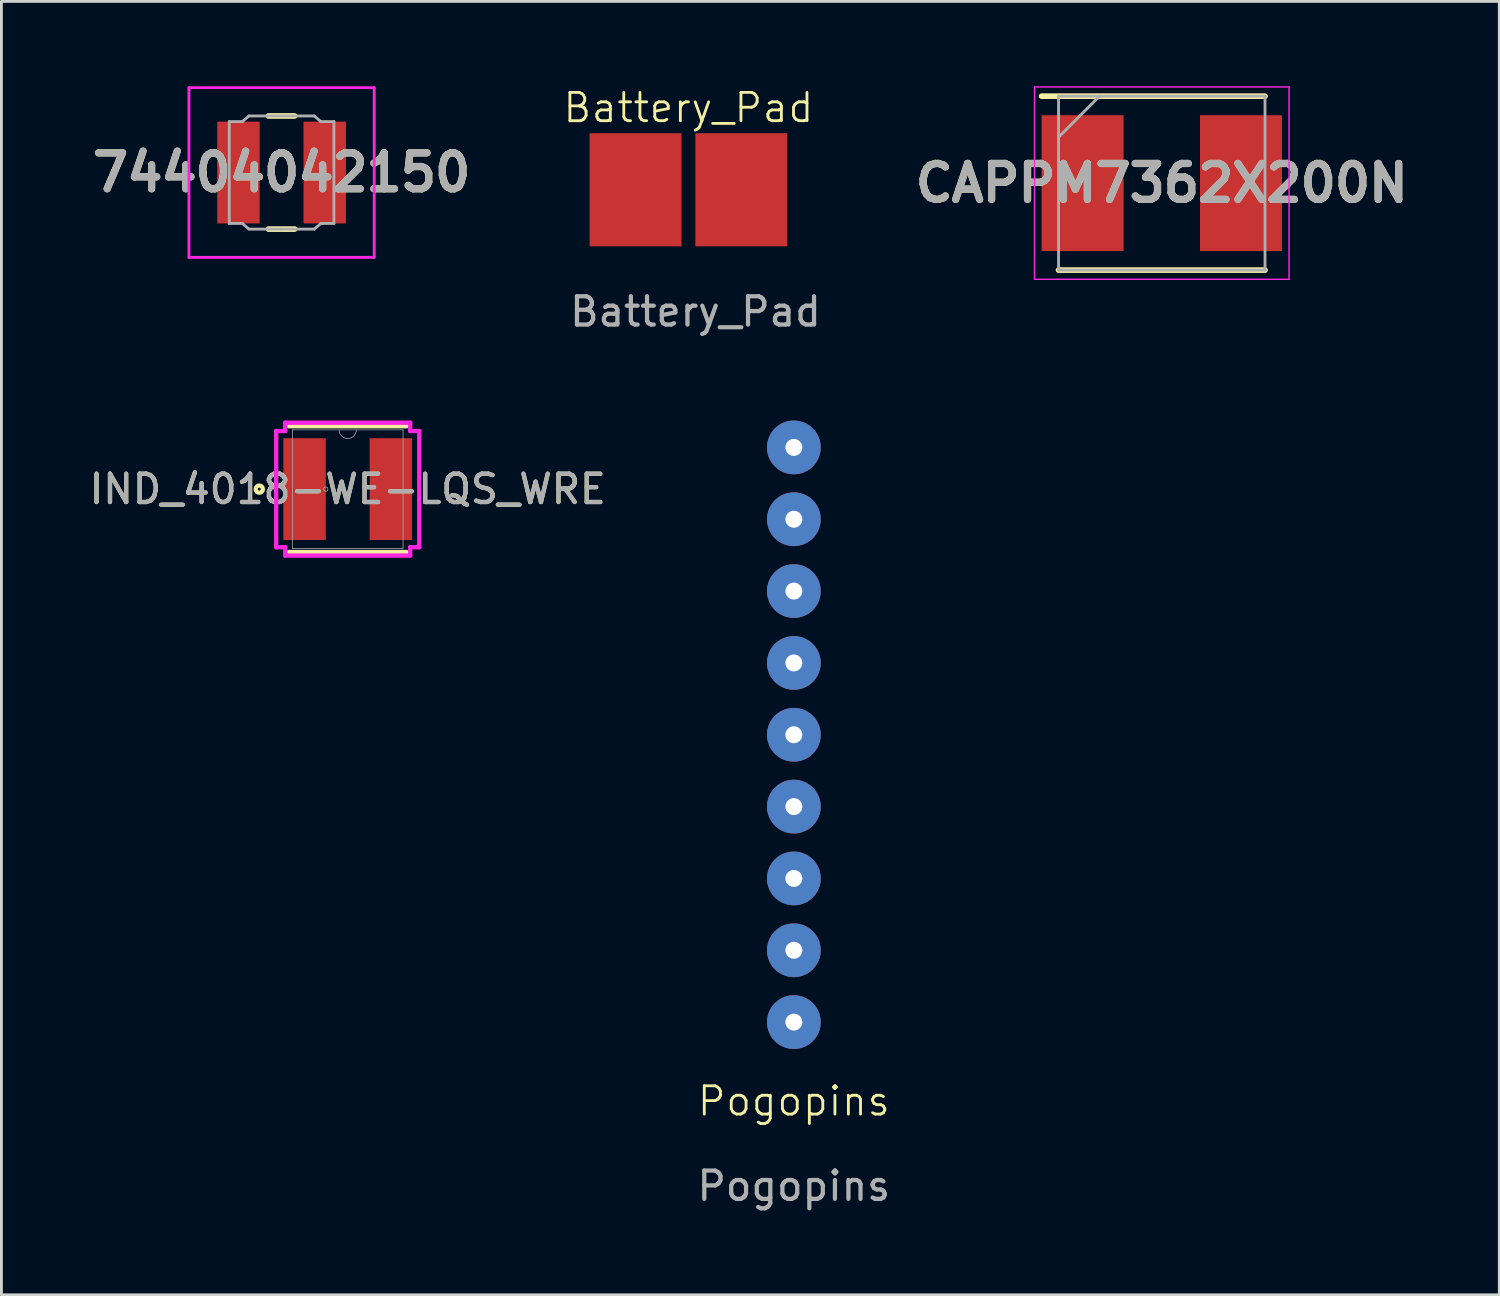
<source format=kicad_pcb>
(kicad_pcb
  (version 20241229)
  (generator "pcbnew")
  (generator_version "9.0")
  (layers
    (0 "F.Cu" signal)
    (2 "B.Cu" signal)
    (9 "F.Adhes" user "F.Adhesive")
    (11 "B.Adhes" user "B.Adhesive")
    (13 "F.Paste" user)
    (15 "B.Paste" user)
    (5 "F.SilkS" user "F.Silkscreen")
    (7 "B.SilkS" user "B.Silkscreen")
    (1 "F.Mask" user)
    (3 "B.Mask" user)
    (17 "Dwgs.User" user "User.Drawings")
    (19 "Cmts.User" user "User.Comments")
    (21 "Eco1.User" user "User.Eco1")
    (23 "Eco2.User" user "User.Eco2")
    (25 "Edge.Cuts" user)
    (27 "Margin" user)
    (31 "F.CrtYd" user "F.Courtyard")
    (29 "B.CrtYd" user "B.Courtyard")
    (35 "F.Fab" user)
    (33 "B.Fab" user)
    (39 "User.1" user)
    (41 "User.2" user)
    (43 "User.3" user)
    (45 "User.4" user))
  (footprint "Battery_Pad"
    (layer "F.Cu")
    (at 21.281 3.24)
    (property "Reference" "Battery_Pad" (at 0.01 -2.48 0) (unlocked yes) (layer "F.SilkS") (effects (font (size 1 1) (thickness 0.1))))
    (attr smd)
    (fp_text user "${REFERENCE}" (at 0.26 4.73 0) (unlocked yes) (layer "F.Fab") (effects (font (size 1 1) (thickness 0.15))))
    (pad "1" smd rect (at -1.86 0.42) (size 3.25 4) (layers "F.Cu" "F.Mask"))
    (pad "2" smd rect (at 1.88 0.42) (size 3.25 4) (layers "F.Cu" "F.Mask")))
  (footprint "Pogopins"
    (layer "F.Cu")
    (at 25.018 28.263)
    (property "Reference" "Pogopins" (at 0 7.62 0) (unlocked yes) (layer "F.SilkS") (effects (font (size 1 1) (thickness 0.1))))
    (attr through_hole)
    (fp_text user "${REFERENCE}" (at 0 10.62 0) (unlocked yes) (layer "F.Fab") (effects (font (size 1 1) (thickness 0.15))))
    (pad "1" thru_hole circle (at 0 4.826) (size 1.9 1.9) (drill 0.6) (layers "*.Cu" "*.Mask"))
    (pad "2" thru_hole circle (at 0 2.286) (size 1.9 1.9) (drill 0.6) (layers "*.Cu" "*.Mask"))
    (pad "3" thru_hole circle (at 0 -0.254) (size 1.9 1.9) (drill 0.6) (layers "*.Cu" "*.Mask"))
    (pad "4" thru_hole circle (at 0 -2.794) (size 1.9 1.9) (drill 0.6) (layers "*.Cu" "*.Mask"))
    (pad "5" thru_hole circle (at 0 -5.334) (size 1.9 1.9) (drill 0.6) (layers "*.Cu" "*.Mask"))
    (pad "6" thru_hole circle (at 0 -7.874) (size 1.9 1.9) (drill 0.6) (layers "*.Cu" "*.Mask"))
    (pad "7" thru_hole circle (at 0 -10.414) (size 1.9 1.9) (drill 0.6) (layers "*.Cu" "*.Mask"))
    (pad "8" thru_hole circle (at 0 -12.954) (size 1.9 1.9) (drill 0.6) (layers "*.Cu" "*.Mask"))
    (pad "9" thru_hole circle (at 0 -15.494) (size 1.9 1.9) (drill 0.6) (layers "*.Cu" "*.Mask")))
  (footprint "74404042150"
    (layer "F.Cu")
    (at 6.906 3.05)
    (property "Reference" "74404042150" (at 0 0 0) (layer "F.SilkS") (effects (font (size 1.27 1.27) (thickness 0.254))))
    (attr smd)
    (fp_line (start -2.8 0) (end -2.8 0) (stroke (width 0.1) (type solid)) (layer "F.SilkS"))
    (fp_line (start -2.7 0) (end -2.7 0) (stroke (width 0.1) (type solid)) (layer "F.SilkS"))
    (fp_line (start -0.463 -2) (end 0.462 -2) (stroke (width 0.2) (type solid)) (layer "F.SilkS"))
    (fp_line (start -0.463 2) (end 0.462 2) (stroke (width 0.2) (type solid)) (layer "F.SilkS"))
    (fp_arc (start -2.8 0) (mid -2.75 -0.05) (end -2.7 0) (stroke (width 0.1) (type solid)) (layer "F.SilkS"))
    (fp_arc (start -2.7 0) (mid -2.75 0.05) (end -2.8 0) (stroke (width 0.1) (type solid)) (layer "F.SilkS"))
    (fp_line (start -3.275 -3) (end 3.275 -3) (stroke (width 0.1) (type solid)) (layer "F.CrtYd"))
    (fp_line (start -3.275 3) (end -3.275 -3) (stroke (width 0.1) (type solid)) (layer "F.CrtYd"))
    (fp_line (start 3.275 -3) (end 3.275 3) (stroke (width 0.1) (type solid)) (layer "F.CrtYd"))
    (fp_line (start 3.275 3) (end -3.275 3) (stroke (width 0.1) (type solid)) (layer "F.CrtYd"))
    (fp_line (start -1.85 -1.8) (end -1.388 -1.8) (stroke (width 0.1) (type solid)) (layer "F.Fab"))
    (fp_line (start -1.85 1.8) (end -1.85 -1.8) (stroke (width 0.1) (type solid)) (layer "F.Fab"))
    (fp_line (start -1.388 -1.8) (end -1.156 -2) (stroke (width 0.1) (type solid)) (layer "F.Fab"))
    (fp_line (start -1.388 1.8) (end -1.85 1.8) (stroke (width 0.1) (type solid)) (layer "F.Fab"))
    (fp_line (start -1.156 -2) (end 1.156 -2) (stroke (width 0.1) (type solid)) (layer "F.Fab"))
    (fp_line (start -1.156 2) (end -1.388 1.8) (stroke (width 0.1) (type solid)) (layer "F.Fab"))
    (fp_line (start 0 2) (end -1.156 2) (stroke (width 0.1) (type solid)) (layer "F.Fab"))
    (fp_line (start 1.156 -2) (end 1.388 -1.8) (stroke (width 0.1) (type solid)) (layer "F.Fab"))
    (fp_line (start 1.156 2) (end 0 2) (stroke (width 0.1) (type solid)) (layer "F.Fab"))
    (fp_line (start 1.388 -1.8) (end 1.85 -1.8) (stroke (width 0.1) (type solid)) (layer "F.Fab"))
    (fp_line (start 1.388 1.8) (end 1.156 2) (stroke (width 0.1) (type solid)) (layer "F.Fab"))
    (fp_line (start 1.85 -1.8) (end 1.85 1.8) (stroke (width 0.1) (type solid)) (layer "F.Fab"))
    (fp_line (start 1.85 1.8) (end 1.388 1.8) (stroke (width 0.1) (type solid)) (layer "F.Fab"))
    (fp_text user "${REFERENCE}" (at 0 0 0) (layer "F.Fab") (effects (font (size 1.27 1.27) (thickness 0.254))))
    (pad "1" smd rect (at -1.525 0) (size 1.5 3.6) (layers "F.Cu" "F.Mask" "F.Paste"))
    (pad "2" smd rect (at 1.525 0) (size 1.5 3.6) (layers "F.Cu" "F.Mask" "F.Paste")))
  (footprint "IND_4018-WE-LQS_WRE"
    (layer "F.Cu")
    (at 9.244 14.244)
    (property "Reference" "IND_4018-WE-LQS_WRE" (at 0 0 0) (unlocked yes) (layer "F.SilkS") (effects (font (size 1 1) (thickness 0.15))))
    (attr smd)
    (fp_line (start -2.083 2.223) (end 2.083 2.223) (stroke (width 0.152) (type solid)) (layer "F.SilkS"))
    (fp_line (start 2.083 -2.223) (end -2.083 -2.223) (stroke (width 0.152) (type solid)) (layer "F.SilkS"))
    (fp_circle (center -3.127 0) (end -3 0) (stroke (width 0.152) (type solid)) (fill no) (layer "F.SilkS"))
    (fp_line (start -2.529 -2.054) (end -2.21 -2.054) (stroke (width 0.152) (type solid)) (layer "F.CrtYd"))
    (fp_line (start -2.529 2.054) (end -2.529 -2.054) (stroke (width 0.152) (type solid)) (layer "F.CrtYd"))
    (fp_line (start -2.529 2.054) (end -2.21 2.054) (stroke (width 0.152) (type solid)) (layer "F.CrtYd"))
    (fp_line (start -2.21 -2.349) (end 2.21 -2.349) (stroke (width 0.152) (type solid)) (layer "F.CrtYd"))
    (fp_line (start -2.21 -2.054) (end -2.21 -2.349) (stroke (width 0.152) (type solid)) (layer "F.CrtYd"))
    (fp_line (start -2.21 2.349) (end -2.21 2.054) (stroke (width 0.152) (type solid)) (layer "F.CrtYd"))
    (fp_line (start 2.21 -2.349) (end 2.21 -2.054) (stroke (width 0.152) (type solid)) (layer "F.CrtYd"))
    (fp_line (start 2.21 2.054) (end 2.21 2.349) (stroke (width 0.152) (type solid)) (layer "F.CrtYd"))
    (fp_line (start 2.21 2.349) (end -2.21 2.349) (stroke (width 0.152) (type solid)) (layer "F.CrtYd"))
    (fp_line (start 2.529 -2.054) (end 2.21 -2.054) (stroke (width 0.152) (type solid)) (layer "F.CrtYd"))
    (fp_line (start 2.529 -2.054) (end 2.529 2.054) (stroke (width 0.152) (type solid)) (layer "F.CrtYd"))
    (fp_line (start 2.529 2.054) (end 2.21 2.054) (stroke (width 0.152) (type solid)) (layer "F.CrtYd"))
    (fp_line (start -1.956 -2.095) (end -1.956 2.095) (stroke (width 0.025) (type solid)) (layer "F.Fab"))
    (fp_line (start -1.956 2.095) (end 1.956 2.095) (stroke (width 0.025) (type solid)) (layer "F.Fab"))
    (fp_line (start 1.956 -2.095) (end -1.956 -2.095) (stroke (width 0.025) (type solid)) (layer "F.Fab"))
    (fp_line (start 1.956 2.095) (end 1.956 -2.095) (stroke (width 0.025) (type solid)) (layer "F.Fab"))
    (fp_arc (start 0.3048 -2.0955) (mid 0 -1.7907) (end -0.3048 -2.0955) (stroke (width 0.0254) (type solid)) (layer "F.Fab"))
    (fp_circle (center -0.775 0) (end -0.699 0) (stroke (width 0.025) (type solid)) (fill no) (layer "F.Fab"))
    (fp_text user "${REFERENCE}" (at 0 0 0) (unlocked yes) (layer "F.Fab") (effects (font (size 1 1) (thickness 0.15))))
    (pad "1" smd rect (at -1.525 0) (size 1.5 3.6) (layers "F.Cu" "F.Mask" "F.Paste"))
    (pad "2" smd rect (at 1.525 0) (size 1.5 3.6) (layers "F.Cu" "F.Mask" "F.Paste")))
  (footprint "CAPPM7362X200N"
    (layer "F.Cu")
    (at 38.027 3.425)
    (property "Reference" "CAPPM7362X200N" (at 0 0 0) (layer "F.SilkS") (effects (font (size 1.27 1.27) (thickness 0.254))))
    (attr smd)
    (fp_line (start -3.65 3.075) (end 3.65 3.075) (stroke (width 0.2) (type solid)) (layer "F.SilkS"))
    (fp_line (start 3.65 -3.075) (end -4.25 -3.075) (stroke (width 0.2) (type solid)) (layer "F.SilkS"))
    (fp_line (start -4.5 -3.4) (end 4.5 -3.4) (stroke (width 0.05) (type solid)) (layer "F.CrtYd"))
    (fp_line (start -4.5 3.4) (end -4.5 -3.4) (stroke (width 0.05) (type solid)) (layer "F.CrtYd"))
    (fp_line (start 4.5 -3.4) (end 4.5 3.4) (stroke (width 0.05) (type solid)) (layer "F.CrtYd"))
    (fp_line (start 4.5 3.4) (end -4.5 3.4) (stroke (width 0.05) (type solid)) (layer "F.CrtYd"))
    (fp_line (start -3.65 -3.075) (end 3.65 -3.075) (stroke (width 0.1) (type solid)) (layer "F.Fab"))
    (fp_line (start -3.65 -1.625) (end -2.2 -3.075) (stroke (width 0.1) (type solid)) (layer "F.Fab"))
    (fp_line (start -3.65 3.075) (end -3.65 -3.075) (stroke (width 0.1) (type solid)) (layer "F.Fab"))
    (fp_line (start 3.65 -3.075) (end 3.65 3.075) (stroke (width 0.1) (type solid)) (layer "F.Fab"))
    (fp_line (start 3.65 3.075) (end -3.65 3.075) (stroke (width 0.1) (type solid)) (layer "F.Fab"))
    (fp_text user "${REFERENCE}" (at 0 0 0) (layer "F.Fab") (effects (font (size 1.27 1.27) (thickness 0.254))))
    (pad "1" smd rect (at -2.8 0) (size 2.9 4.8) (layers "F.Cu" "F.Mask" "F.Paste"))
    (pad "2" smd rect (at 2.8 0) (size 2.9 4.8) (layers "F.Cu" "F.Mask" "F.Paste")))
  (gr_rect
    (start -3 -3)
    (end 49.96 42.731)
    (stroke (width 0.1) (type default))
    (fill no)
    (layer "Edge.Cuts")))
</source>
